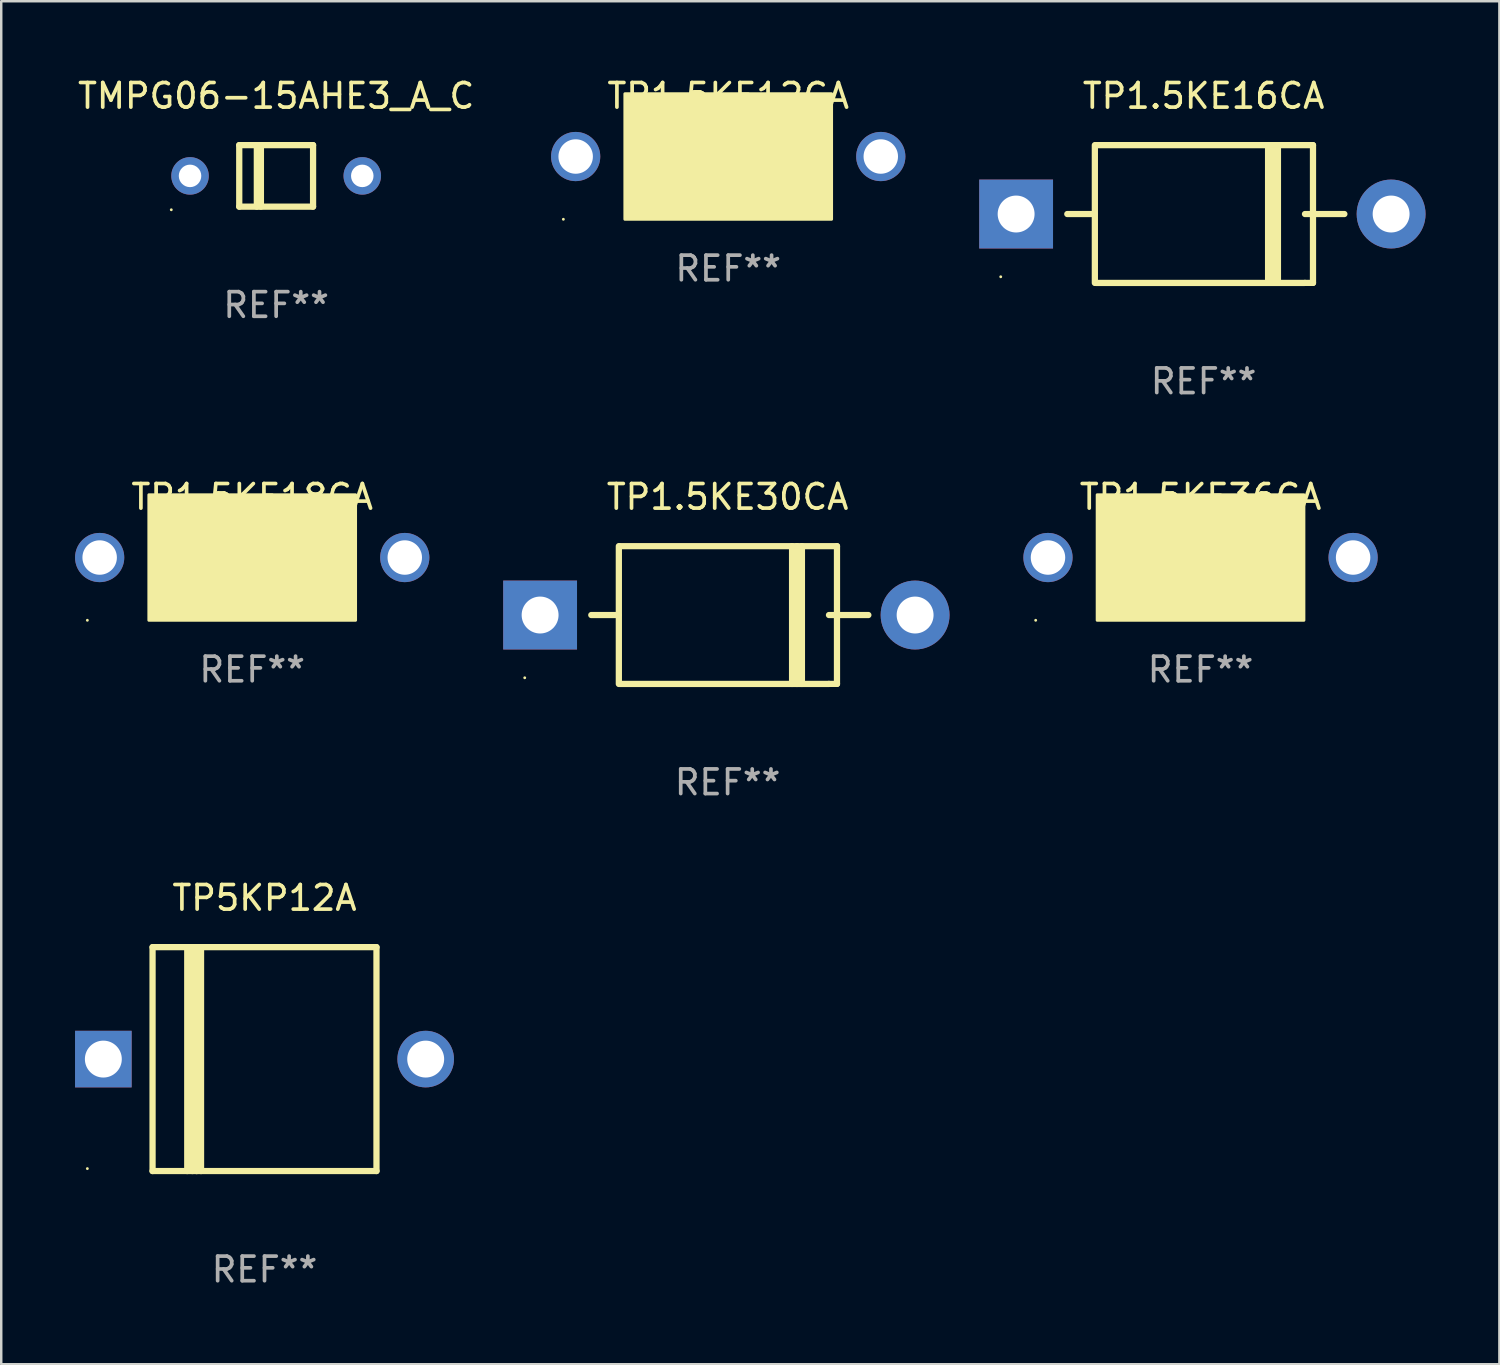
<source format=kicad_pcb>
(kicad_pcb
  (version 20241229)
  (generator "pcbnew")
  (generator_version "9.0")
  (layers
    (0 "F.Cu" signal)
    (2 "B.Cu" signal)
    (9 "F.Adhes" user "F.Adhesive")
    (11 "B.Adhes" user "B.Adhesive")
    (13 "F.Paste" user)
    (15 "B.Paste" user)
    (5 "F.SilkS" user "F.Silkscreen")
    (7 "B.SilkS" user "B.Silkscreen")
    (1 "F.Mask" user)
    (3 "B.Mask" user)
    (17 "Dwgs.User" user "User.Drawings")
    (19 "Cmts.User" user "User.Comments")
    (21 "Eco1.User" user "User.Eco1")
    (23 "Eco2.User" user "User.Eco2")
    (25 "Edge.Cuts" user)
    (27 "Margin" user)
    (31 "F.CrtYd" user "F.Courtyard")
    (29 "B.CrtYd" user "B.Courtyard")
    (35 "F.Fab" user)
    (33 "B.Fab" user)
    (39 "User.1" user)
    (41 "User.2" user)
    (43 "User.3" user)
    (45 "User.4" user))
  (footprint "TP1.5KE30CA"
    (layer "F.Cu")
    (at 26.52 21.945)
    (property "Reference" "TP1.5KE30CA" (at 0 -4.8 0) (layer "F.SilkS") (effects (font (size 1 1) (thickness 0.15))))
    (attr through_hole)
    (fp_line (start -5.54 0) (end -4.44 0) (stroke (width 0.254) (type solid)) (layer "F.SilkS"))
    (fp_line (start -4.42 2.8) (end -4.42 -2.8) (stroke (width 0.254) (type solid)) (layer "F.SilkS"))
    (fp_line (start -4.379 -2.799) (end 4.445 -2.799) (stroke (width 0.254) (type solid)) (layer "F.SilkS"))
    (fp_line (start 2.62 -2.8) (end 2.62 2.8) (stroke (width 0.254) (type solid)) (layer "F.SilkS"))
    (fp_line (start 2.82 -2.8) (end 2.82 2.8) (stroke (width 0.254) (type solid)) (layer "F.SilkS"))
    (fp_line (start 3.02 -2.8) (end 3.02 2.8) (stroke (width 0.254) (type solid)) (layer "F.SilkS"))
    (fp_line (start 4.12 0) (end 5.72 0) (stroke (width 0.254) (type solid)) (layer "F.SilkS"))
    (fp_line (start 4.12 2.8) (end -4.38 2.8) (stroke (width 0.254) (type solid)) (layer "F.SilkS"))
    (fp_line (start 4.445 -2.799) (end 4.445 2.799) (stroke (width 0.254) (type solid)) (layer "F.SilkS"))
    (fp_line (start 4.445 2.799) (end 4.12 2.799) (stroke (width 0.254) (type solid)) (layer "F.SilkS"))
    (fp_circle (center -8.245 2.55) (end -8.215 2.55) (stroke (width 0.06) (type solid)) (fill no) (layer "F.SilkS"))
    (fp_text user "REF**" (at 0 6.8 0) (layer "F.Fab") (effects (font (size 1 1) (thickness 0.15))))
    (pad "1" thru_hole rect (at -7.62 0 180) (size 3 2.8) (drill 1.5) (layers "*.Cu" "*.Mask"))
    (pad "2" thru_hole circle (at 7.62 0) (size 2.8 2.8) (drill 1.5) (layers "*.Cu" "*.Mask")))
  (footprint "TP1.5KE12CA"
    (layer "F.Cu")
    (at 26.545 3.356)
    (property "Reference" "TP1.5KE12CA" (at 0 -2.508 0) (layer "F.SilkS") (effects (font (size 1 1) (thickness 0.15))))
    (attr through_hole)
    (fp_line (start -1.498 0) (end 0.534 0) (stroke (width 0.254) (type solid)) (layer "F.SilkS"))
    (fp_line (start -0.99 -0.508) (end -0.99 0.508) (stroke (width 0.254) (type solid)) (layer "F.SilkS"))
    (fp_line (start -0.99 0.508) (end 0.026 0) (stroke (width 0.254) (type solid)) (layer "F.SilkS"))
    (fp_line (start 0.026 -0.508) (end 0.026 0.508) (stroke (width 0.254) (type solid)) (layer "F.SilkS"))
    (fp_line (start 0.026 0) (end -0.99 -0.508) (stroke (width 0.254) (type solid)) (layer "F.SilkS"))
    (fp_line (start 0.026 0) (end 0.026 -0.508) (stroke (width 0.254) (type solid)) (layer "F.SilkS"))
    (fp_line (start 0.038 0) (end 0.038 0.508) (stroke (width 0.254) (type solid)) (layer "F.SilkS"))
    (fp_line (start 0.038 0) (end 1.054 0.508) (stroke (width 0.254) (type solid)) (layer "F.SilkS"))
    (fp_line (start 0.038 0.508) (end 0.038 -0.508) (stroke (width 0.254) (type solid)) (layer "F.SilkS"))
    (fp_line (start 1.054 -0.508) (end 0.038 0) (stroke (width 0.254) (type solid)) (layer "F.SilkS"))
    (fp_line (start 1.054 0.508) (end 1.054 -0.508) (stroke (width 0.254) (type solid)) (layer "F.SilkS"))
    (fp_line (start 1.562 0) (end -0.47 0) (stroke (width 0.254) (type solid)) (layer "F.SilkS"))
    (fp_circle (center -6.7 2.505) (end -6.67 2.505) (stroke (width 0.06) (type solid)) (fill no) (layer "F.SilkS"))
    (fp_poly (pts (xy -4.2 -2.595) (xy 4.2 -2.595) (xy 4.2 2.505) (xy -4.2 2.505)) (stroke (width 0.12) (type solid)) (fill yes) (layer "F.SilkS"))
    (fp_text user "REF**" (at 0 4.508 0) (layer "F.Fab") (effects (font (size 1 1) (thickness 0.15))))
    (pad "1" thru_hole circle (at -6.2 -0.045) (size 2 2) (drill 1.4) (layers "*.Cu" "*.Mask"))
    (pad "2" thru_hole circle (at 6.2 -0.045) (size 2 2) (drill 1.4) (layers "*.Cu" "*.Mask")))
  (footprint "TP1.5KE16CA"
    (layer "F.Cu")
    (at 45.865 5.648)
    (property "Reference" "TP1.5KE16CA" (at 0 -4.8 0) (layer "F.SilkS") (effects (font (size 1 1) (thickness 0.15))))
    (attr through_hole)
    (fp_line (start -5.54 0) (end -4.44 0) (stroke (width 0.254) (type solid)) (layer "F.SilkS"))
    (fp_line (start -4.42 2.8) (end -4.42 -2.8) (stroke (width 0.254) (type solid)) (layer "F.SilkS"))
    (fp_line (start -4.379 -2.799) (end 4.445 -2.799) (stroke (width 0.254) (type solid)) (layer "F.SilkS"))
    (fp_line (start 2.62 -2.8) (end 2.62 2.8) (stroke (width 0.254) (type solid)) (layer "F.SilkS"))
    (fp_line (start 2.82 -2.8) (end 2.82 2.8) (stroke (width 0.254) (type solid)) (layer "F.SilkS"))
    (fp_line (start 3.02 -2.8) (end 3.02 2.8) (stroke (width 0.254) (type solid)) (layer "F.SilkS"))
    (fp_line (start 4.12 0) (end 5.72 0) (stroke (width 0.254) (type solid)) (layer "F.SilkS"))
    (fp_line (start 4.12 2.8) (end -4.38 2.8) (stroke (width 0.254) (type solid)) (layer "F.SilkS"))
    (fp_line (start 4.445 -2.799) (end 4.445 2.799) (stroke (width 0.254) (type solid)) (layer "F.SilkS"))
    (fp_line (start 4.445 2.799) (end 4.12 2.799) (stroke (width 0.254) (type solid)) (layer "F.SilkS"))
    (fp_circle (center -8.245 2.55) (end -8.215 2.55) (stroke (width 0.06) (type solid)) (fill no) (layer "F.SilkS"))
    (fp_text user "REF**" (at 0 6.8 0) (layer "F.Fab") (effects (font (size 1 1) (thickness 0.15))))
    (pad "1" thru_hole rect (at -7.62 0 180) (size 3 2.8) (drill 1.5) (layers "*.Cu" "*.Mask"))
    (pad "2" thru_hole circle (at 7.62 0) (size 2.8 2.8) (drill 1.5) (layers "*.Cu" "*.Mask")))
  (footprint "TP1.5KE18CA"
    (layer "F.Cu")
    (at 7.2 19.653)
    (property "Reference" "TP1.5KE18CA" (at 0 -2.508 0) (layer "F.SilkS") (effects (font (size 1 1) (thickness 0.15))))
    (attr through_hole)
    (fp_line (start -1.498 0) (end 0.534 0) (stroke (width 0.254) (type solid)) (layer "F.SilkS"))
    (fp_line (start -0.99 -0.508) (end -0.99 0.508) (stroke (width 0.254) (type solid)) (layer "F.SilkS"))
    (fp_line (start -0.99 0.508) (end 0.026 0) (stroke (width 0.254) (type solid)) (layer "F.SilkS"))
    (fp_line (start 0.026 -0.508) (end 0.026 0.508) (stroke (width 0.254) (type solid)) (layer "F.SilkS"))
    (fp_line (start 0.026 0) (end -0.99 -0.508) (stroke (width 0.254) (type solid)) (layer "F.SilkS"))
    (fp_line (start 0.026 0) (end 0.026 -0.508) (stroke (width 0.254) (type solid)) (layer "F.SilkS"))
    (fp_line (start 0.038 0) (end 0.038 0.508) (stroke (width 0.254) (type solid)) (layer "F.SilkS"))
    (fp_line (start 0.038 0) (end 1.054 0.508) (stroke (width 0.254) (type solid)) (layer "F.SilkS"))
    (fp_line (start 0.038 0.508) (end 0.038 -0.508) (stroke (width 0.254) (type solid)) (layer "F.SilkS"))
    (fp_line (start 1.054 -0.508) (end 0.038 0) (stroke (width 0.254) (type solid)) (layer "F.SilkS"))
    (fp_line (start 1.054 0.508) (end 1.054 -0.508) (stroke (width 0.254) (type solid)) (layer "F.SilkS"))
    (fp_line (start 1.562 0) (end -0.47 0) (stroke (width 0.254) (type solid)) (layer "F.SilkS"))
    (fp_circle (center -6.7 2.505) (end -6.67 2.505) (stroke (width 0.06) (type solid)) (fill no) (layer "F.SilkS"))
    (fp_poly (pts (xy -4.2 -2.595) (xy 4.2 -2.595) (xy 4.2 2.505) (xy -4.2 2.505)) (stroke (width 0.12) (type solid)) (fill yes) (layer "F.SilkS"))
    (fp_text user "REF**" (at 0 4.508 0) (layer "F.Fab") (effects (font (size 1 1) (thickness 0.15))))
    (pad "1" thru_hole circle (at -6.2 -0.045) (size 2 2) (drill 1.4) (layers "*.Cu" "*.Mask"))
    (pad "2" thru_hole circle (at 6.2 -0.045) (size 2 2) (drill 1.4) (layers "*.Cu" "*.Mask")))
  (footprint "TP5KP12A"
    (layer "F.Cu")
    (at 7.7 39.992)
    (property "Reference" "TP5KP12A" (at 0 -6.551 0) (layer "F.SilkS") (effects (font (size 1 1) (thickness 0.15))))
    (attr through_hole)
    (fp_line (start -4.55 -4.55) (end -4.55 4.55) (stroke (width 0.254) (type solid)) (layer "F.SilkS"))
    (fp_line (start -4.55 -4.55) (end 4.55 -4.55) (stroke (width 0.254) (type solid)) (layer "F.SilkS"))
    (fp_line (start -3.14 4.55) (end -3.14 -4.551) (stroke (width 0.254) (type solid)) (layer "F.SilkS"))
    (fp_line (start -2.93 4.55) (end -2.93 -4.551) (stroke (width 0.254) (type solid)) (layer "F.SilkS"))
    (fp_line (start -2.759 4.551) (end -2.759 -4.55) (stroke (width 0.254) (type solid)) (layer "F.SilkS"))
    (fp_line (start -2.58 4.55) (end -2.58 -4.551) (stroke (width 0.254) (type solid)) (layer "F.SilkS"))
    (fp_line (start 4.55 4.55) (end 4.55 -4.55) (stroke (width 0.254) (type solid)) (layer "F.SilkS"))
    (fp_line (start 4.55 4.549) (end -4.55 4.549) (stroke (width 0.254) (type solid)) (layer "F.SilkS"))
    (fp_circle (center -7.2 4.45) (end -7.17 4.45) (stroke (width 0.06) (type solid)) (fill no) (layer "F.SilkS"))
    (fp_text user "REF**" (at 0 8.551 0) (layer "F.Fab") (effects (font (size 1 1) (thickness 0.15))))
    (pad "1" thru_hole rect (at -6.55 -0.000483 180) (size 2.3 2.3) (drill 1.5) (layers "*.Cu" "*.Mask"))
    (pad "2" thru_hole circle (at 6.55 -0.000483) (size 2.3 2.3) (drill 1.5) (layers "*.Cu" "*.Mask")))
  (footprint "TMPG06-15AHE3_A_C"
    (layer "F.Cu")
    (at 8.173 4.098)
    (property "Reference" "TMPG06-15AHE3_A_C" (at 0 -3.25 0) (layer "F.SilkS") (effects (font (size 1 1) (thickness 0.15))))
    (attr through_hole)
    (fp_line (start -1.5 -1.25) (end -1.5 1.25) (stroke (width 0.254) (type solid)) (layer "F.SilkS"))
    (fp_line (start -1.5 -1.25) (end 1.5 -1.25) (stroke (width 0.254) (type solid)) (layer "F.SilkS"))
    (fp_line (start -0.785 -1.25) (end -0.785 1.25) (stroke (width 0.254) (type solid)) (layer "F.SilkS"))
    (fp_line (start -0.62 -1.25) (end -0.62 1.25) (stroke (width 0.254) (type solid)) (layer "F.SilkS"))
    (fp_line (start 1.5 -1.25) (end 1.5 1.25) (stroke (width 0.254) (type solid)) (layer "F.SilkS"))
    (fp_line (start 1.5 1.25) (end -1.5 1.25) (stroke (width 0.254) (type solid)) (layer "F.SilkS"))
    (fp_circle (center -4.262 1.377) (end -4.232 1.377) (stroke (width 0.06) (type solid)) (fill no) (layer "F.SilkS"))
    (fp_text user "REF**" (at 0 5.25 0) (layer "F.Fab") (effects (font (size 1 1) (thickness 0.15))))
    (pad "1" thru_hole circle (at -3.5 0) (size 1.524 1.524) (drill 0.914) (layers "*.Cu" "*.Mask"))
    (pad "2" thru_hole circle (at 3.5 0) (size 1.524 1.524) (drill 0.914) (layers "*.Cu" "*.Mask")))
  (footprint "TP1.5KE36CA"
    (layer "F.Cu")
    (at 45.74 19.653)
    (property "Reference" "TP1.5KE36CA" (at 0 -2.508 0) (layer "F.SilkS") (effects (font (size 1 1) (thickness 0.15))))
    (attr through_hole)
    (fp_line (start -1.498 0) (end 0.534 0) (stroke (width 0.254) (type solid)) (layer "F.SilkS"))
    (fp_line (start -0.99 -0.508) (end -0.99 0.508) (stroke (width 0.254) (type solid)) (layer "F.SilkS"))
    (fp_line (start -0.99 0.508) (end 0.026 0) (stroke (width 0.254) (type solid)) (layer "F.SilkS"))
    (fp_line (start 0.026 -0.508) (end 0.026 0.508) (stroke (width 0.254) (type solid)) (layer "F.SilkS"))
    (fp_line (start 0.026 0) (end -0.99 -0.508) (stroke (width 0.254) (type solid)) (layer "F.SilkS"))
    (fp_line (start 0.026 0) (end 0.026 -0.508) (stroke (width 0.254) (type solid)) (layer "F.SilkS"))
    (fp_line (start 0.038 0) (end 0.038 0.508) (stroke (width 0.254) (type solid)) (layer "F.SilkS"))
    (fp_line (start 0.038 0) (end 1.054 0.508) (stroke (width 0.254) (type solid)) (layer "F.SilkS"))
    (fp_line (start 0.038 0.508) (end 0.038 -0.508) (stroke (width 0.254) (type solid)) (layer "F.SilkS"))
    (fp_line (start 1.054 -0.508) (end 0.038 0) (stroke (width 0.254) (type solid)) (layer "F.SilkS"))
    (fp_line (start 1.054 0.508) (end 1.054 -0.508) (stroke (width 0.254) (type solid)) (layer "F.SilkS"))
    (fp_line (start 1.562 0) (end -0.47 0) (stroke (width 0.254) (type solid)) (layer "F.SilkS"))
    (fp_circle (center -6.7 2.505) (end -6.67 2.505) (stroke (width 0.06) (type solid)) (fill no) (layer "F.SilkS"))
    (fp_poly (pts (xy -4.2 -2.595) (xy 4.2 -2.595) (xy 4.2 2.505) (xy -4.2 2.505)) (stroke (width 0.12) (type solid)) (fill yes) (layer "F.SilkS"))
    (fp_text user "REF**" (at 0 4.508 0) (layer "F.Fab") (effects (font (size 1 1) (thickness 0.15))))
    (pad "1" thru_hole circle (at -6.2 -0.045) (size 2 2) (drill 1.4) (layers "*.Cu" "*.Mask"))
    (pad "2" thru_hole circle (at 6.2 -0.045) (size 2 2) (drill 1.4) (layers "*.Cu" "*.Mask")))
  (gr_rect
    (start -3 -3)
    (end 57.885 52.391)
    (stroke (width 0.1) (type default))
    (fill no)
    (layer "Edge.Cuts")))
</source>
